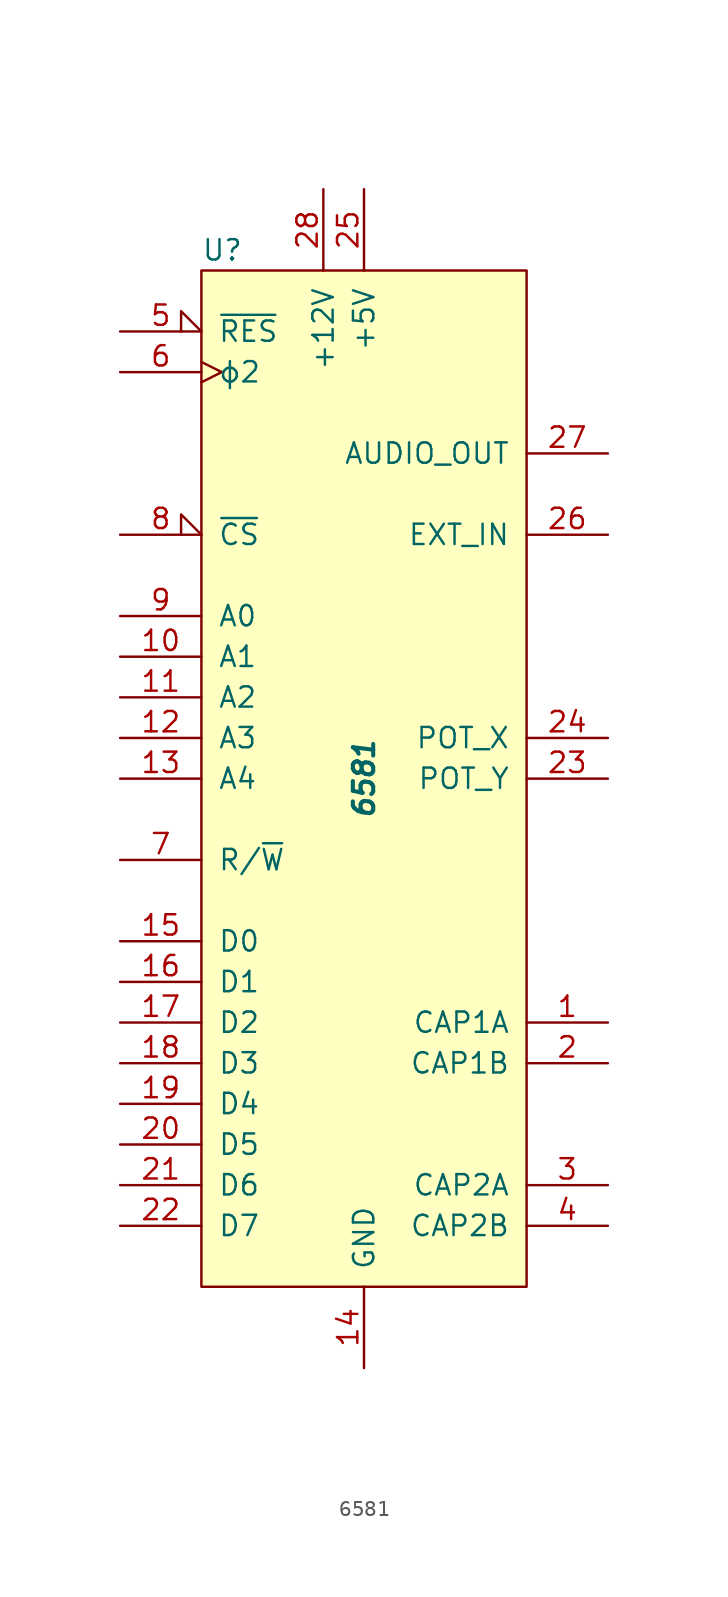
<source format=kicad_sym>
(kicad_symbol_lib
  (version 20241209)
  (generator "kicad_symbol_editor")
  (generator_version "9.0")
  (symbol "6581"
    (pin_names
      (offset 1.016))
    (property "Reference" "U"
      (at -10.16 33.02 0)
      (effects (font (size 1.27 1.27)) (justify left)))
    (property "Value" "6581"
      (at 0 0 90)
      (effects (font (size 1.27 1.27) (bold yes) (italic yes))))
    (symbol "6581_0_1"
      (rectangle (start -10.16 31.75) (end 10.16 -31.75) (stroke (width 0) (type solid)) (fill (type background))))
    (symbol "6581_1_1"
      (pin input input_low (at -15.24 27.94 0) (length 5.08) (name "~{RES}" (effects (font (size 1.27 1.27)))) (number "5" (effects (font (size 1.27 1.27)))))
      (pin input clock (at -15.24 25.4 0) (length 5.08) (name "ϕ2" (effects (font (size 1.27 1.27)))) (number "6" (effects (font (size 1.27 1.27)))))
      (pin input input_low (at -15.24 15.24 0) (length 5.08) (name "~{CS}" (effects (font (size 1.27 1.27)))) (number "8" (effects (font (size 1.27 1.27)))))
      (pin input line (at -15.24 10.16 0) (length 5.08) (name "A0" (effects (font (size 1.27 1.27)))) (number "9" (effects (font (size 1.27 1.27)))))
      (pin input line (at -15.24 7.62 0) (length 5.08) (name "A1" (effects (font (size 1.27 1.27)))) (number "10" (effects (font (size 1.27 1.27)))))
      (pin input line (at -15.24 5.08 0) (length 5.08) (name "A2" (effects (font (size 1.27 1.27)))) (number "11" (effects (font (size 1.27 1.27)))))
      (pin input line (at -15.24 2.54 0) (length 5.08) (name "A3" (effects (font (size 1.27 1.27)))) (number "12" (effects (font (size 1.27 1.27)))))
      (pin input line (at -15.24 0 0) (length 5.08) (name "A4" (effects (font (size 1.27 1.27)))) (number "13" (effects (font (size 1.27 1.27)))))
      (pin input line (at -15.24 -5.08 0) (length 5.08) (name "R/~{W}" (effects (font (size 1.27 1.27)))) (number "7" (effects (font (size 1.27 1.27)))))
      (pin bidirectional line (at -15.24 -10.16 0) (length 5.08) (name "D0" (effects (font (size 1.27 1.27)))) (number "15" (effects (font (size 1.27 1.27)))))
      (pin bidirectional line (at -15.24 -12.7 0) (length 5.08) (name "D1" (effects (font (size 1.27 1.27)))) (number "16" (effects (font (size 1.27 1.27)))))
      (pin bidirectional line (at -15.24 -15.24 0) (length 5.08) (name "D2" (effects (font (size 1.27 1.27)))) (number "17" (effects (font (size 1.27 1.27)))))
      (pin bidirectional line (at -15.24 -17.78 0) (length 5.08) (name "D3" (effects (font (size 1.27 1.27)))) (number "18" (effects (font (size 1.27 1.27)))))
      (pin bidirectional line (at -15.24 -20.32 0) (length 5.08) (name "D4" (effects (font (size 1.27 1.27)))) (number "19" (effects (font (size 1.27 1.27)))))
      (pin bidirectional line (at -15.24 -22.86 0) (length 5.08) (name "D5" (effects (font (size 1.27 1.27)))) (number "20" (effects (font (size 1.27 1.27)))))
      (pin bidirectional line (at -15.24 -25.4 0) (length 5.08) (name "D6" (effects (font (size 1.27 1.27)))) (number "21" (effects (font (size 1.27 1.27)))))
      (pin bidirectional line (at -15.24 -27.94 0) (length 5.08) (name "D7" (effects (font (size 1.27 1.27)))) (number "22" (effects (font (size 1.27 1.27)))))
      (pin power_in line (at -2.54 36.83 270) (length 5.08) (name "+12V" (effects (font (size 1.27 1.27)))) (number "28" (effects (font (size 1.27 1.27)))))
      (pin power_in line (at 0 36.83 270) (length 5.08) (name "+5V" (effects (font (size 1.27 1.27)))) (number "25" (effects (font (size 1.27 1.27)))))
      (pin power_in line (at 0 -36.83 90) (length 5.08) (name "GND" (effects (font (size 1.27 1.27)))) (number "14" (effects (font (size 1.27 1.27)))))
      (pin output line (at 15.24 20.32 180) (length 5.08) (name "AUDIO_OUT" (effects (font (size 1.27 1.27)))) (number "27" (effects (font (size 1.27 1.27)))))
      (pin input line (at 15.24 15.24 180) (length 5.08) (name "EXT_IN" (effects (font (size 1.27 1.27)))) (number "26" (effects (font (size 1.27 1.27)))))
      (pin input line (at 15.24 2.54 180) (length 5.08) (name "POT_X" (effects (font (size 1.27 1.27)))) (number "24" (effects (font (size 1.27 1.27)))))
      (pin input line (at 15.24 0 180) (length 5.08) (name "POT_Y" (effects (font (size 1.27 1.27)))) (number "23" (effects (font (size 1.27 1.27)))))
      (pin passive line (at 15.24 -15.24 180) (length 5.08) (name "CAP1A" (effects (font (size 1.27 1.27)))) (number "1" (effects (font (size 1.27 1.27)))))
      (pin passive line (at 15.24 -17.78 180) (length 5.08) (name "CAP1B" (effects (font (size 1.27 1.27)))) (number "2" (effects (font (size 1.27 1.27)))))
      (pin passive line (at 15.24 -25.4 180) (length 5.08) (name "CAP2A" (effects (font (size 1.27 1.27)))) (number "3" (effects (font (size 1.27 1.27)))))
      (pin passive line (at 15.24 -27.94 180) (length 5.08) (name "CAP2B" (effects (font (size 1.27 1.27)))) (number "4" (effects (font (size 1.27 1.27))))))))
</source>
